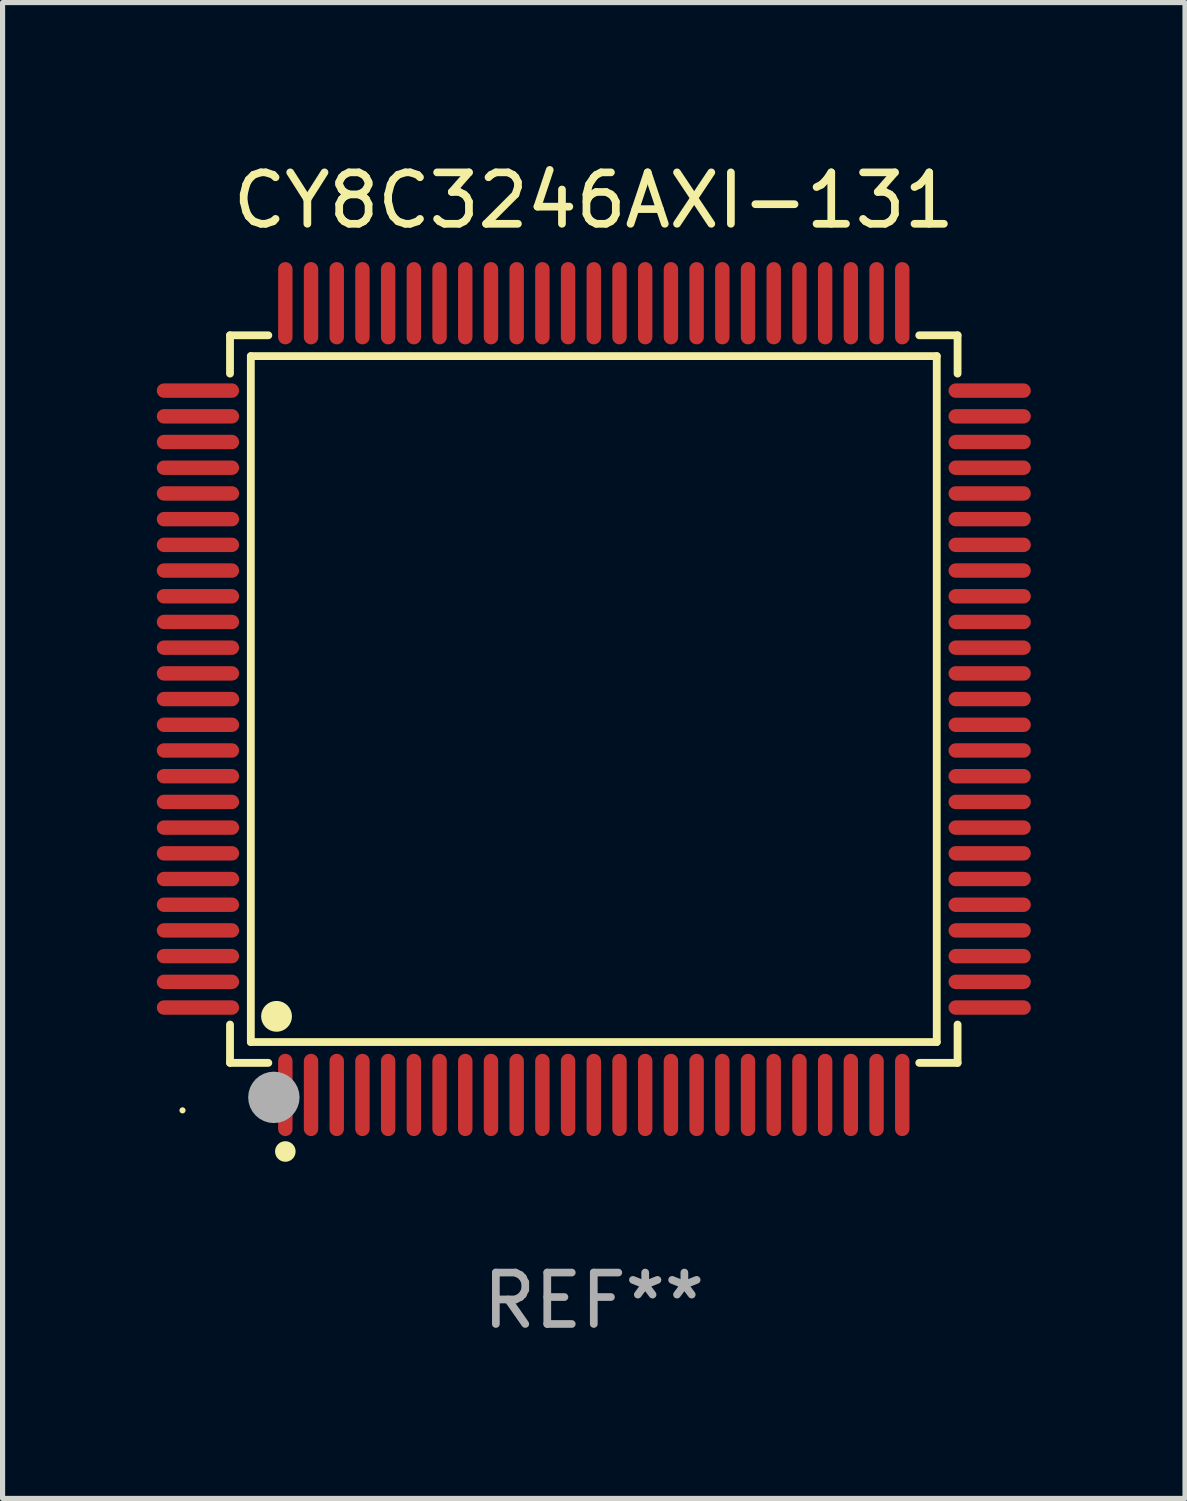
<source format=kicad_pcb>
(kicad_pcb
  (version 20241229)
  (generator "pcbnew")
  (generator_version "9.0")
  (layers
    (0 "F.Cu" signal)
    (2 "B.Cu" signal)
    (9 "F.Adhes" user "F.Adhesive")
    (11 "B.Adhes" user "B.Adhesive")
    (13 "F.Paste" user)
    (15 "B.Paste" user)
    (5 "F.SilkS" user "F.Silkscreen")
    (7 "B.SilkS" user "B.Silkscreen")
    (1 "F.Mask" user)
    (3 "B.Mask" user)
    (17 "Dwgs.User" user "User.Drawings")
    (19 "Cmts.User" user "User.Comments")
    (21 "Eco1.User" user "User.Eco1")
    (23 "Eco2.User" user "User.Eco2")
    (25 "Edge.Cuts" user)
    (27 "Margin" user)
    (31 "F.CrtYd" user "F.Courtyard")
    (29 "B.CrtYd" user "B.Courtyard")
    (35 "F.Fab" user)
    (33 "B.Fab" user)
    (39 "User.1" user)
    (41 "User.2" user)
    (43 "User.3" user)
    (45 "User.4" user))
  (footprint "CY8C3246AXI-131"
    (layer "F.Cu")
    (at 8.5 10.548)
    (property "Reference" "CY8C3246AXI-131" (at 0 -9.7 0) (layer "F.SilkS") (effects (font (size 1 1) (thickness 0.15))))
    (attr through_hole)
    (fp_line (start -7.076 -7.076) (end -6.331 -7.076) (stroke (width 0.152) (type solid)) (layer "F.SilkS"))
    (fp_line (start -7.076 -6.331) (end -7.076 -7.076) (stroke (width 0.152) (type solid)) (layer "F.SilkS"))
    (fp_line (start -7.076 6.331) (end -7.076 7.076) (stroke (width 0.152) (type solid)) (layer "F.SilkS"))
    (fp_line (start -7.076 7.076) (end -6.331 7.076) (stroke (width 0.152) (type solid)) (layer "F.SilkS"))
    (fp_line (start -6.671 -6.671) (end 6.671 -6.671) (stroke (width 0.152) (type solid)) (layer "F.SilkS"))
    (fp_line (start -6.671 6.671) (end -6.671 -6.671) (stroke (width 0.152) (type solid)) (layer "F.SilkS"))
    (fp_line (start 6.671 -6.671) (end 6.671 6.671) (stroke (width 0.152) (type solid)) (layer "F.SilkS"))
    (fp_line (start 6.671 6.671) (end -6.671 6.671) (stroke (width 0.152) (type solid)) (layer "F.SilkS"))
    (fp_line (start 7.076 -7.076) (end 6.331 -7.076) (stroke (width 0.152) (type solid)) (layer "F.SilkS"))
    (fp_line (start 7.076 -6.331) (end 7.076 -7.076) (stroke (width 0.152) (type solid)) (layer "F.SilkS"))
    (fp_line (start 7.076 6.331) (end 7.076 7.076) (stroke (width 0.152) (type solid)) (layer "F.SilkS"))
    (fp_line (start 7.076 7.076) (end 6.331 7.076) (stroke (width 0.152) (type solid)) (layer "F.SilkS"))
    (fp_circle (center -8 8) (end -7.97 8) (stroke (width 0.06) (type solid)) (fill no) (layer "F.SilkS"))
    (fp_circle (center -6.171 6.171) (end -6.021 6.171) (stroke (width 0.3) (type solid)) (fill no) (layer "F.SilkS"))
    (fp_circle (center -6 8.8) (end -5.9 8.8) (stroke (width 0.2) (type solid)) (fill no) (layer "F.SilkS"))
    (fp_circle (center -6.223 7.747) (end -5.973 7.747) (stroke (width 0.5) (type solid)) (fill no) (layer "F.Fab"))
    (fp_text user "REF**" (at 0 11.7 0) (layer "F.Fab") (effects (font (size 1 1) (thickness 0.15))))
    (pad "1" smd oval (at -6 7.7) (size 0.28 1.6) (layers "F.Cu" "F.Mask" "F.Paste"))
    (pad "2" smd oval (at -5.5 7.7) (size 0.28 1.6) (layers "F.Cu" "F.Mask" "F.Paste"))
    (pad "3" smd oval (at -5 7.7) (size 0.28 1.6) (layers "F.Cu" "F.Mask" "F.Paste"))
    (pad "4" smd oval (at -4.5 7.7) (size 0.28 1.6) (layers "F.Cu" "F.Mask" "F.Paste"))
    (pad "5" smd oval (at -4 7.7) (size 0.28 1.6) (layers "F.Cu" "F.Mask" "F.Paste"))
    (pad "6" smd oval (at -3.5 7.7) (size 0.28 1.6) (layers "F.Cu" "F.Mask" "F.Paste"))
    (pad "7" smd oval (at -3 7.7) (size 0.28 1.6) (layers "F.Cu" "F.Mask" "F.Paste"))
    (pad "8" smd oval (at -2.5 7.7) (size 0.28 1.6) (layers "F.Cu" "F.Mask" "F.Paste"))
    (pad "9" smd oval (at -2 7.7) (size 0.28 1.6) (layers "F.Cu" "F.Mask" "F.Paste"))
    (pad "10" smd oval (at -1.5 7.7) (size 0.28 1.6) (layers "F.Cu" "F.Mask" "F.Paste"))
    (pad "11" smd oval (at -1 7.7) (size 0.28 1.6) (layers "F.Cu" "F.Mask" "F.Paste"))
    (pad "12" smd oval (at -0.5 7.7) (size 0.28 1.6) (layers "F.Cu" "F.Mask" "F.Paste"))
    (pad "13" smd oval (at 0 7.7) (size 0.28 1.6) (layers "F.Cu" "F.Mask" "F.Paste"))
    (pad "14" smd oval (at 0.5 7.7) (size 0.28 1.6) (layers "F.Cu" "F.Mask" "F.Paste"))
    (pad "15" smd oval (at 1 7.7) (size 0.28 1.6) (layers "F.Cu" "F.Mask" "F.Paste"))
    (pad "16" smd oval (at 1.5 7.7) (size 0.28 1.6) (layers "F.Cu" "F.Mask" "F.Paste"))
    (pad "17" smd oval (at 2 7.7) (size 0.28 1.6) (layers "F.Cu" "F.Mask" "F.Paste"))
    (pad "18" smd oval (at 2.5 7.7) (size 0.28 1.6) (layers "F.Cu" "F.Mask" "F.Paste"))
    (pad "19" smd oval (at 3 7.7) (size 0.28 1.6) (layers "F.Cu" "F.Mask" "F.Paste"))
    (pad "20" smd oval (at 3.5 7.7) (size 0.28 1.6) (layers "F.Cu" "F.Mask" "F.Paste"))
    (pad "21" smd oval (at 4 7.7) (size 0.28 1.6) (layers "F.Cu" "F.Mask" "F.Paste"))
    (pad "22" smd oval (at 4.5 7.7) (size 0.28 1.6) (layers "F.Cu" "F.Mask" "F.Paste"))
    (pad "23" smd oval (at 5 7.7) (size 0.28 1.6) (layers "F.Cu" "F.Mask" "F.Paste"))
    (pad "24" smd oval (at 5.5 7.7) (size 0.28 1.6) (layers "F.Cu" "F.Mask" "F.Paste"))
    (pad "25" smd oval (at 6 7.7) (size 0.28 1.6) (layers "F.Cu" "F.Mask" "F.Paste"))
    (pad "26" smd oval (at 7.7 6) (size 1.6 0.28) (layers "F.Cu" "F.Mask" "F.Paste"))
    (pad "27" smd oval (at 7.7 5.5) (size 1.6 0.28) (layers "F.Cu" "F.Mask" "F.Paste"))
    (pad "28" smd oval (at 7.7 5) (size 1.6 0.28) (layers "F.Cu" "F.Mask" "F.Paste"))
    (pad "29" smd oval (at 7.7 4.5) (size 1.6 0.28) (layers "F.Cu" "F.Mask" "F.Paste"))
    (pad "30" smd oval (at 7.7 4) (size 1.6 0.28) (layers "F.Cu" "F.Mask" "F.Paste"))
    (pad "31" smd oval (at 7.7 3.5) (size 1.6 0.28) (layers "F.Cu" "F.Mask" "F.Paste"))
    (pad "32" smd oval (at 7.7 3) (size 1.6 0.28) (layers "F.Cu" "F.Mask" "F.Paste"))
    (pad "33" smd oval (at 7.7 2.5) (size 1.6 0.28) (layers "F.Cu" "F.Mask" "F.Paste"))
    (pad "34" smd oval (at 7.7 2) (size 1.6 0.28) (layers "F.Cu" "F.Mask" "F.Paste"))
    (pad "35" smd oval (at 7.7 1.5) (size 1.6 0.28) (layers "F.Cu" "F.Mask" "F.Paste"))
    (pad "36" smd oval (at 7.7 1) (size 1.6 0.28) (layers "F.Cu" "F.Mask" "F.Paste"))
    (pad "37" smd oval (at 7.7 0.5) (size 1.6 0.28) (layers "F.Cu" "F.Mask" "F.Paste"))
    (pad "38" smd oval (at 7.7 0) (size 1.6 0.28) (layers "F.Cu" "F.Mask" "F.Paste"))
    (pad "39" smd oval (at 7.7 -0.5) (size 1.6 0.28) (layers "F.Cu" "F.Mask" "F.Paste"))
    (pad "40" smd oval (at 7.7 -1) (size 1.6 0.28) (layers "F.Cu" "F.Mask" "F.Paste"))
    (pad "41" smd oval (at 7.7 -1.5) (size 1.6 0.28) (layers "F.Cu" "F.Mask" "F.Paste"))
    (pad "42" smd oval (at 7.7 -2) (size 1.6 0.28) (layers "F.Cu" "F.Mask" "F.Paste"))
    (pad "43" smd oval (at 7.7 -2.5) (size 1.6 0.28) (layers "F.Cu" "F.Mask" "F.Paste"))
    (pad "44" smd oval (at 7.7 -3) (size 1.6 0.28) (layers "F.Cu" "F.Mask" "F.Paste"))
    (pad "45" smd oval (at 7.7 -3.5) (size 1.6 0.28) (layers "F.Cu" "F.Mask" "F.Paste"))
    (pad "46" smd oval (at 7.7 -4) (size 1.6 0.28) (layers "F.Cu" "F.Mask" "F.Paste"))
    (pad "47" smd oval (at 7.7 -4.5) (size 1.6 0.28) (layers "F.Cu" "F.Mask" "F.Paste"))
    (pad "48" smd oval (at 7.7 -5) (size 1.6 0.28) (layers "F.Cu" "F.Mask" "F.Paste"))
    (pad "49" smd oval (at 7.7 -5.5) (size 1.6 0.28) (layers "F.Cu" "F.Mask" "F.Paste"))
    (pad "50" smd oval (at 7.7 -6) (size 1.6 0.28) (layers "F.Cu" "F.Mask" "F.Paste"))
    (pad "51" smd oval (at 6 -7.7) (size 0.28 1.6) (layers "F.Cu" "F.Mask" "F.Paste"))
    (pad "52" smd oval (at 5.5 -7.7) (size 0.28 1.6) (layers "F.Cu" "F.Mask" "F.Paste"))
    (pad "53" smd oval (at 5 -7.7) (size 0.28 1.6) (layers "F.Cu" "F.Mask" "F.Paste"))
    (pad "54" smd oval (at 4.5 -7.7) (size 0.28 1.6) (layers "F.Cu" "F.Mask" "F.Paste"))
    (pad "55" smd oval (at 4 -7.7) (size 0.28 1.6) (layers "F.Cu" "F.Mask" "F.Paste"))
    (pad "56" smd oval (at 3.5 -7.7) (size 0.28 1.6) (layers "F.Cu" "F.Mask" "F.Paste"))
    (pad "57" smd oval (at 3 -7.7) (size 0.28 1.6) (layers "F.Cu" "F.Mask" "F.Paste"))
    (pad "58" smd oval (at 2.5 -7.7) (size 0.28 1.6) (layers "F.Cu" "F.Mask" "F.Paste"))
    (pad "59" smd oval (at 2 -7.7) (size 0.28 1.6) (layers "F.Cu" "F.Mask" "F.Paste"))
    (pad "60" smd oval (at 1.5 -7.7) (size 0.28 1.6) (layers "F.Cu" "F.Mask" "F.Paste"))
    (pad "61" smd oval (at 1 -7.7) (size 0.28 1.6) (layers "F.Cu" "F.Mask" "F.Paste"))
    (pad "62" smd oval (at 0.5 -7.7) (size 0.28 1.6) (layers "F.Cu" "F.Mask" "F.Paste"))
    (pad "63" smd oval (at 0 -7.7) (size 0.28 1.6) (layers "F.Cu" "F.Mask" "F.Paste"))
    (pad "64" smd oval (at -0.5 -7.7) (size 0.28 1.6) (layers "F.Cu" "F.Mask" "F.Paste"))
    (pad "65" smd oval (at -1 -7.7) (size 0.28 1.6) (layers "F.Cu" "F.Mask" "F.Paste"))
    (pad "66" smd oval (at -1.5 -7.7) (size 0.28 1.6) (layers "F.Cu" "F.Mask" "F.Paste"))
    (pad "67" smd oval (at -2 -7.7) (size 0.28 1.6) (layers "F.Cu" "F.Mask" "F.Paste"))
    (pad "68" smd oval (at -2.5 -7.7) (size 0.28 1.6) (layers "F.Cu" "F.Mask" "F.Paste"))
    (pad "69" smd oval (at -3 -7.7) (size 0.28 1.6) (layers "F.Cu" "F.Mask" "F.Paste"))
    (pad "70" smd oval (at -3.5 -7.7) (size 0.28 1.6) (layers "F.Cu" "F.Mask" "F.Paste"))
    (pad "71" smd oval (at -4 -7.7) (size 0.28 1.6) (layers "F.Cu" "F.Mask" "F.Paste"))
    (pad "72" smd oval (at -4.5 -7.7) (size 0.28 1.6) (layers "F.Cu" "F.Mask" "F.Paste"))
    (pad "73" smd oval (at -5 -7.7) (size 0.28 1.6) (layers "F.Cu" "F.Mask" "F.Paste"))
    (pad "74" smd oval (at -5.5 -7.7) (size 0.28 1.6) (layers "F.Cu" "F.Mask" "F.Paste"))
    (pad "75" smd oval (at -6 -7.7) (size 0.28 1.6) (layers "F.Cu" "F.Mask" "F.Paste"))
    (pad "76" smd oval (at -7.7 -6) (size 1.6 0.28) (layers "F.Cu" "F.Mask" "F.Paste"))
    (pad "77" smd oval (at -7.7 -5.5) (size 1.6 0.28) (layers "F.Cu" "F.Mask" "F.Paste"))
    (pad "78" smd oval (at -7.7 -5) (size 1.6 0.28) (layers "F.Cu" "F.Mask" "F.Paste"))
    (pad "79" smd oval (at -7.7 -4.5) (size 1.6 0.28) (layers "F.Cu" "F.Mask" "F.Paste"))
    (pad "80" smd oval (at -7.7 -4) (size 1.6 0.28) (layers "F.Cu" "F.Mask" "F.Paste"))
    (pad "81" smd oval (at -7.7 -3.5) (size 1.6 0.28) (layers "F.Cu" "F.Mask" "F.Paste"))
    (pad "82" smd oval (at -7.7 -3) (size 1.6 0.28) (layers "F.Cu" "F.Mask" "F.Paste"))
    (pad "83" smd oval (at -7.7 -2.5) (size 1.6 0.28) (layers "F.Cu" "F.Mask" "F.Paste"))
    (pad "84" smd oval (at -7.7 -2) (size 1.6 0.28) (layers "F.Cu" "F.Mask" "F.Paste"))
    (pad "85" smd oval (at -7.7 -1.5) (size 1.6 0.28) (layers "F.Cu" "F.Mask" "F.Paste"))
    (pad "86" smd oval (at -7.7 -1) (size 1.6 0.28) (layers "F.Cu" "F.Mask" "F.Paste"))
    (pad "87" smd oval (at -7.7 -0.5) (size 1.6 0.28) (layers "F.Cu" "F.Mask" "F.Paste"))
    (pad "88" smd oval (at -7.7 0) (size 1.6 0.28) (layers "F.Cu" "F.Mask" "F.Paste"))
    (pad "89" smd oval (at -7.7 0.5) (size 1.6 0.28) (layers "F.Cu" "F.Mask" "F.Paste"))
    (pad "90" smd oval (at -7.7 1) (size 1.6 0.28) (layers "F.Cu" "F.Mask" "F.Paste"))
    (pad "91" smd oval (at -7.7 1.5) (size 1.6 0.28) (layers "F.Cu" "F.Mask" "F.Paste"))
    (pad "92" smd oval (at -7.7 2) (size 1.6 0.28) (layers "F.Cu" "F.Mask" "F.Paste"))
    (pad "93" smd oval (at -7.7 2.5) (size 1.6 0.28) (layers "F.Cu" "F.Mask" "F.Paste"))
    (pad "94" smd oval (at -7.7 3) (size 1.6 0.28) (layers "F.Cu" "F.Mask" "F.Paste"))
    (pad "95" smd oval (at -7.7 3.5) (size 1.6 0.28) (layers "F.Cu" "F.Mask" "F.Paste"))
    (pad "96" smd oval (at -7.7 4) (size 1.6 0.28) (layers "F.Cu" "F.Mask" "F.Paste"))
    (pad "97" smd oval (at -7.7 4.5) (size 1.6 0.28) (layers "F.Cu" "F.Mask" "F.Paste"))
    (pad "98" smd oval (at -7.7 5) (size 1.6 0.28) (layers "F.Cu" "F.Mask" "F.Paste"))
    (pad "99" smd oval (at -7.7 5.5) (size 1.6 0.28) (layers "F.Cu" "F.Mask" "F.Paste"))
    (pad "100" smd oval (at -7.7 6) (size 1.6 0.28) (layers "F.Cu" "F.Mask" "F.Paste")))
  (gr_rect
    (start -3 -3)
    (end 20 26.097)
    (stroke (width 0.1) (type default))
    (fill no)
    (layer "Edge.Cuts")))
</source>
